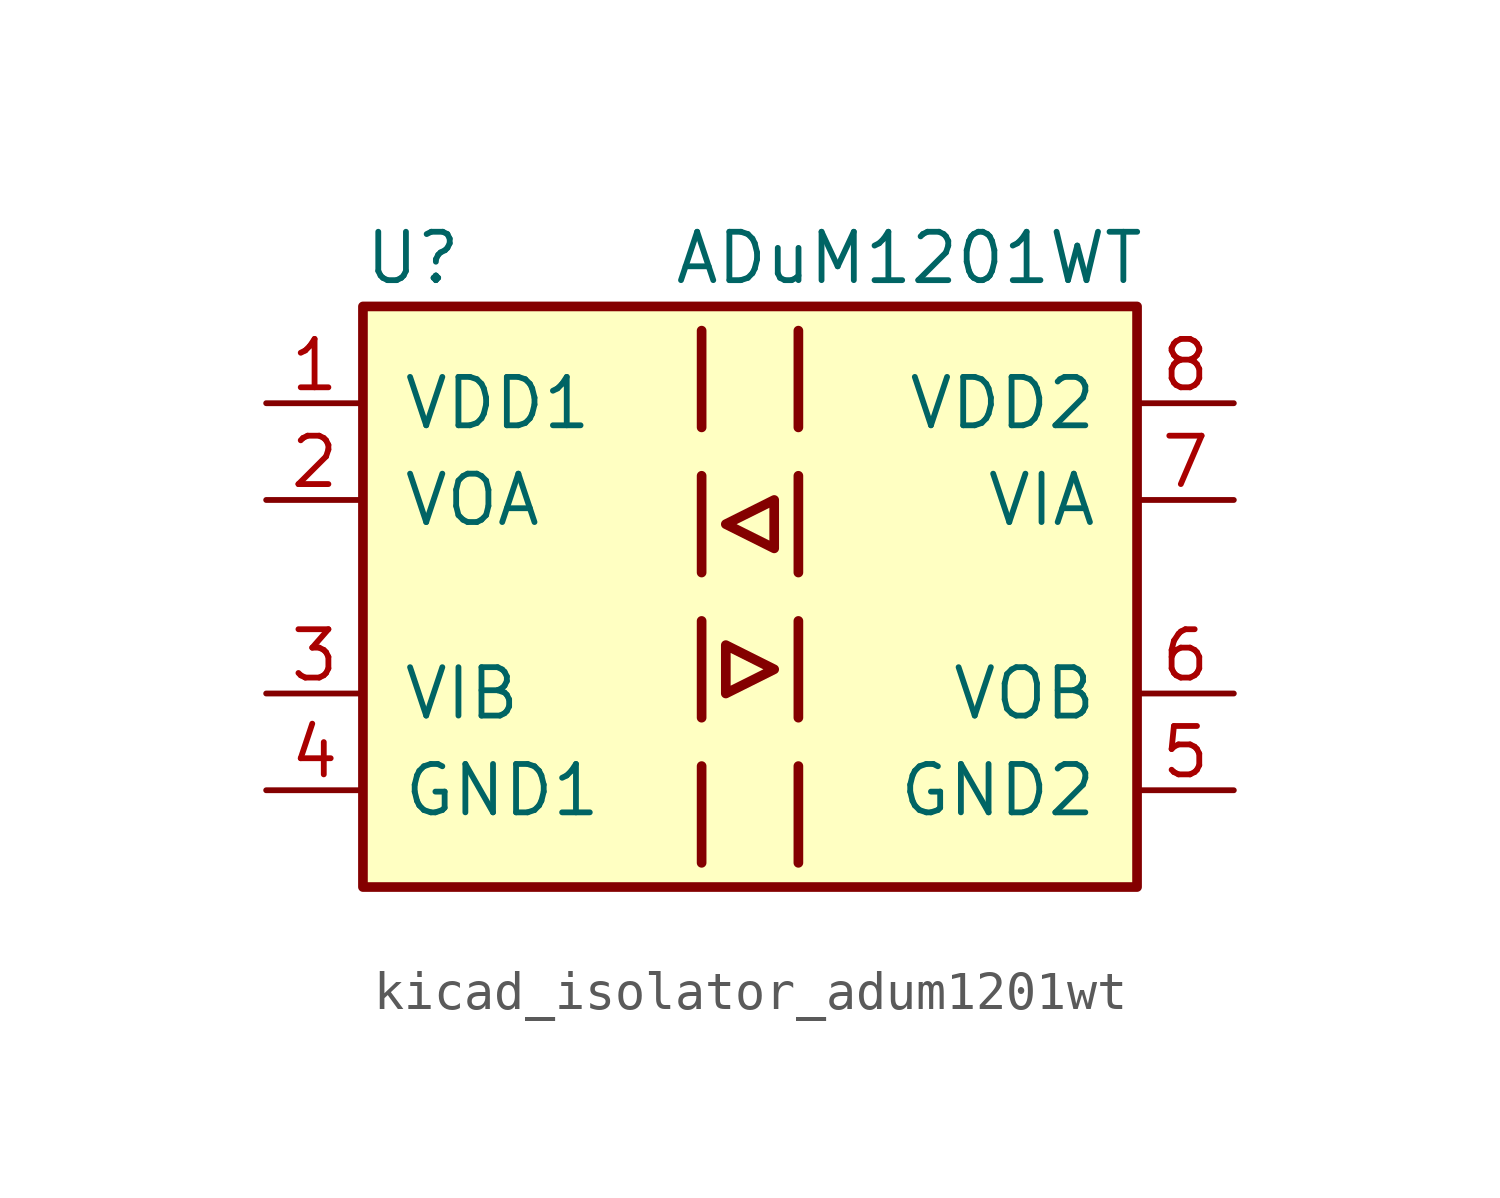
<source format=kicad_sym>
(kicad_symbol_lib
  (version 20220914)
  (generator kicad_symbol_editor)
  (symbol "kicad_isolator_adum1201wt"
    (pin_names
      (offset 1.016))
    (property "Reference" "U"
      (at -10.16 8.89 0)
      (effects (font (size 1.27 1.27)) (justify left)))
    (property "Value" "ADuM1201WT"
      (at -2.032 8.89 0)
      (effects (font (size 1.27 1.27)) (justify left)))
    (symbol "kicad_isolator_adum1201wt_0_1"
      (rectangle (start -10.16 7.62) (end 10.16 -7.62) (stroke (width 0.254) (type default)) (fill (type background)))
      (polyline (pts (xy -1.27 -4.445) (xy -1.27 -6.985)) (stroke (width 0.254) (type default)) (fill (type none)))
      (polyline (pts (xy -1.27 -0.635) (xy -1.27 -3.175)) (stroke (width 0.254) (type default)) (fill (type none)))
      (polyline (pts (xy -1.27 3.175) (xy -1.27 0.635)) (stroke (width 0.254) (type default)) (fill (type none)))
      (polyline (pts (xy -1.27 6.985) (xy -1.27 4.445)) (stroke (width 0.254) (type default)) (fill (type none)))
      (polyline (pts (xy 1.27 -4.445) (xy 1.27 -6.985)) (stroke (width 0.254) (type default)) (fill (type none)))
      (polyline (pts (xy 1.27 -0.635) (xy 1.27 -3.175)) (stroke (width 0.254) (type default)) (fill (type none)))
      (polyline (pts (xy 1.27 3.175) (xy 1.27 0.635)) (stroke (width 0.254) (type default)) (fill (type none)))
      (polyline (pts (xy 1.27 6.985) (xy 1.27 4.445)) (stroke (width 0.254) (type default)) (fill (type none)))
      (polyline (pts (xy -0.635 -1.27) (xy -0.635 -2.54) (xy 0.635 -1.905) (xy -0.635 -1.27)) (stroke (width 0.254) (type default)) (fill (type none)))
      (polyline (pts (xy 0.635 2.54) (xy 0.635 1.27) (xy -0.635 1.905) (xy 0.635 2.54)) (stroke (width 0.254) (type default)) (fill (type none))))
    (symbol "kicad_isolator_adum1201wt_1_1"
      (pin power_in line (at -12.7 5.08 0) (length 2.54) (name "VDD1" (effects (font (size 1.27 1.27)))) (number "1" (effects (font (size 1.27 1.27)))))
      (pin output line (at -12.7 2.54 0) (length 2.54) (name "VOA" (effects (font (size 1.27 1.27)))) (number "2" (effects (font (size 1.27 1.27)))))
      (pin input line (at -12.7 -2.54 0) (length 2.54) (name "VIB" (effects (font (size 1.27 1.27)))) (number "3" (effects (font (size 1.27 1.27)))))
      (pin power_in line (at -12.7 -5.08 0) (length 2.54) (name "GND1" (effects (font (size 1.27 1.27)))) (number "4" (effects (font (size 1.27 1.27)))))
      (pin power_in line (at 12.7 -5.08 180) (length 2.54) (name "GND2" (effects (font (size 1.27 1.27)))) (number "5" (effects (font (size 1.27 1.27)))))
      (pin output line (at 12.7 -2.54 180) (length 2.54) (name "VOB" (effects (font (size 1.27 1.27)))) (number "6" (effects (font (size 1.27 1.27)))))
      (pin input line (at 12.7 2.54 180) (length 2.54) (name "VIA" (effects (font (size 1.27 1.27)))) (number "7" (effects (font (size 1.27 1.27)))))
      (pin power_in line (at 12.7 5.08 180) (length 2.54) (name "VDD2" (effects (font (size 1.27 1.27)))) (number "8" (effects (font (size 1.27 1.27))))))))
</source>
